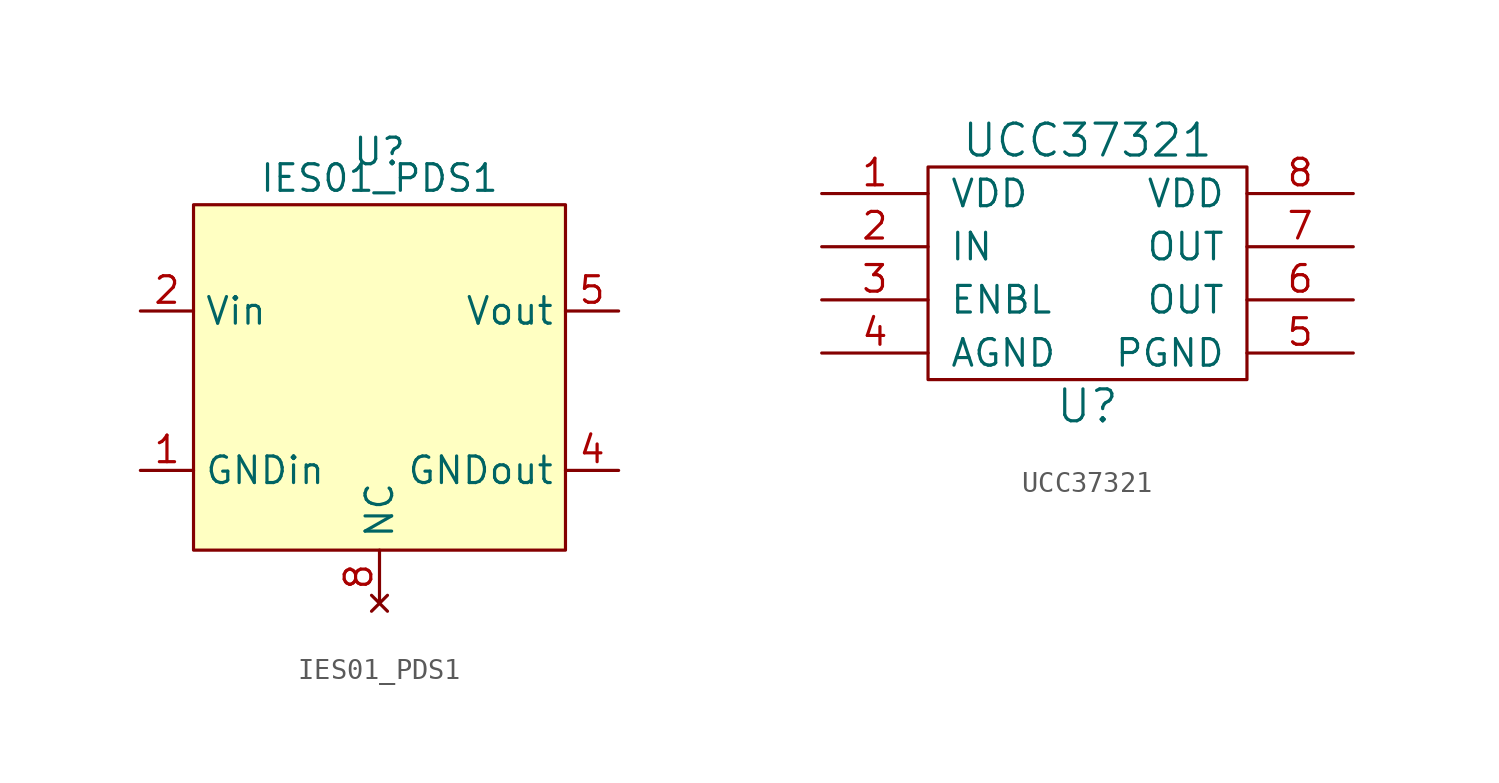
<source format=kicad_sym>
(kicad_symbol_lib
  (version 20220914)
  (generator kicad_symbol_editor)
  (symbol "IES01_PDS1"
    (property "Reference" "U"
      (at 0 0 0)
      (effects (font (size 1.27 1.27))))
    (property "Value" "IES01_PDS1"
      (at 0 -1.27 0)
      (effects (font (size 1.27 1.27))))
    (symbol "IES01_PDS1_0_1"
      (rectangle (start -8.89 -2.54) (end 8.89 -19.05) (stroke (width 0.152) (type default)) (fill (type background))))
    (symbol "IES01_PDS1_1_1"
      (pin input line (at -11.43 -15.24 0) (length 2.54) (name "GNDin" (effects (font (size 1.27 1.27)))) (number "1" (effects (font (size 1.27 1.27)))))
      (pin input line (at -11.43 -7.62 0) (length 2.54) (name "Vin" (effects (font (size 1.27 1.27)))) (number "2" (effects (font (size 1.27 1.27)))))
      (pin input line (at 11.43 -15.24 180) (length 2.54) (name "GNDout" (effects (font (size 1.27 1.27)))) (number "4" (effects (font (size 1.27 1.27)))))
      (pin power_out line (at 11.43 -7.62 180) (length 2.54) (name "Vout" (effects (font (size 1.27 1.27)))) (number "5" (effects (font (size 1.27 1.27)))))
      (pin no_connect line (at 0 -21.59 90) (length 2.54) (name "NC" (effects (font (size 1.27 1.27)))) (number "8" (effects (font (size 1.27 1.27)))))))
  (symbol "UCC37321"
    (pin_names
      (offset 1.016))
    (property "Reference" "U"
      (at 0 -6.35 0)
      (effects (font (size 1.524 1.524))))
    (property "Value" "UCC37321"
      (at 0 6.35 0)
      (effects (font (size 1.524 1.524))))
    (symbol "UCC37321_0_1"
      (rectangle (start -7.62 5.08) (end 7.62 -5.08) (stroke (width 0) (type default)) (fill (type none))))
    (symbol "UCC37321_1_1"
      (pin power_in line (at -12.7 3.81 0) (length 5.08) (name "VDD" (effects (font (size 1.27 1.27)))) (number "1" (effects (font (size 1.27 1.27)))))
      (pin input line (at -12.7 1.27 0) (length 5.08) (name "IN" (effects (font (size 1.27 1.27)))) (number "2" (effects (font (size 1.27 1.27)))))
      (pin input line (at -12.7 -1.27 0) (length 5.08) (name "ENBL" (effects (font (size 1.27 1.27)))) (number "3" (effects (font (size 1.27 1.27)))))
      (pin power_in line (at -12.7 -3.81 0) (length 5.08) (name "AGND" (effects (font (size 1.27 1.27)))) (number "4" (effects (font (size 1.27 1.27)))))
      (pin power_in line (at 12.7 -3.81 180) (length 5.08) (name "PGND" (effects (font (size 1.27 1.27)))) (number "5" (effects (font (size 1.27 1.27)))))
      (pin bidirectional line (at 12.7 -1.27 180) (length 5.08) (name "OUT" (effects (font (size 1.27 1.27)))) (number "6" (effects (font (size 1.27 1.27)))))
      (pin bidirectional line (at 12.7 1.27 180) (length 5.08) (name "OUT" (effects (font (size 1.27 1.27)))) (number "7" (effects (font (size 1.27 1.27)))))
      (pin power_in line (at 12.7 3.81 180) (length 5.08) (name "VDD" (effects (font (size 1.27 1.27)))) (number "8" (effects (font (size 1.27 1.27))))))))
</source>
